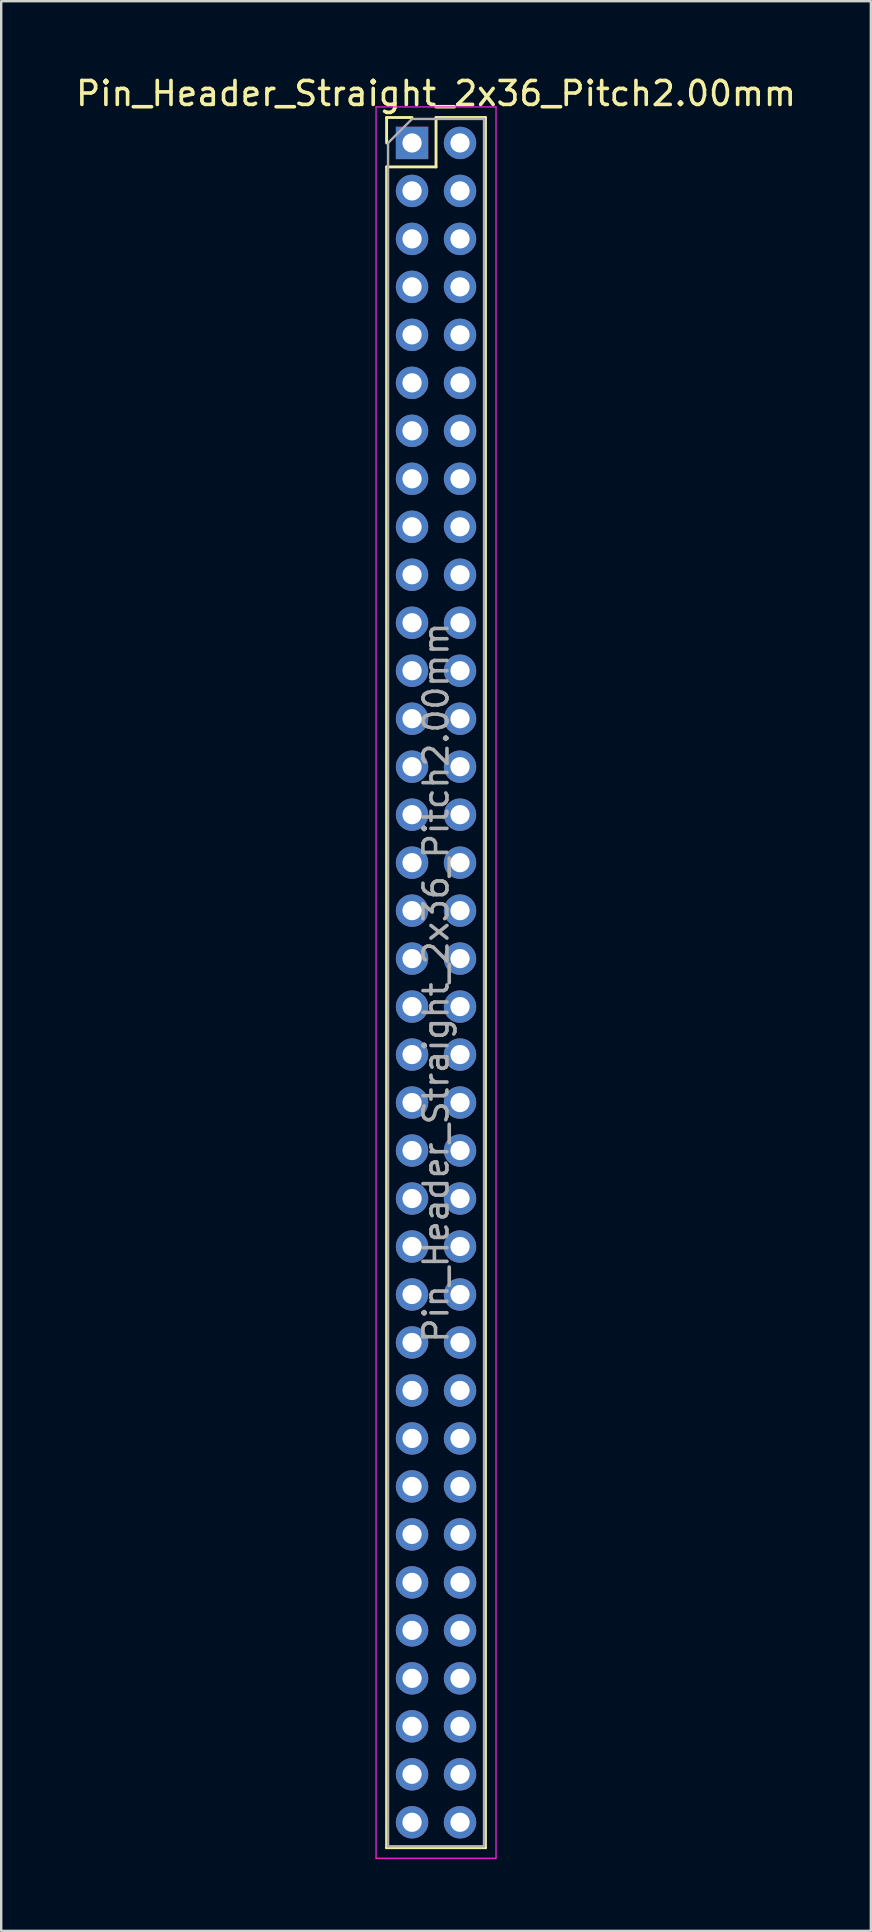
<source format=kicad_pcb>
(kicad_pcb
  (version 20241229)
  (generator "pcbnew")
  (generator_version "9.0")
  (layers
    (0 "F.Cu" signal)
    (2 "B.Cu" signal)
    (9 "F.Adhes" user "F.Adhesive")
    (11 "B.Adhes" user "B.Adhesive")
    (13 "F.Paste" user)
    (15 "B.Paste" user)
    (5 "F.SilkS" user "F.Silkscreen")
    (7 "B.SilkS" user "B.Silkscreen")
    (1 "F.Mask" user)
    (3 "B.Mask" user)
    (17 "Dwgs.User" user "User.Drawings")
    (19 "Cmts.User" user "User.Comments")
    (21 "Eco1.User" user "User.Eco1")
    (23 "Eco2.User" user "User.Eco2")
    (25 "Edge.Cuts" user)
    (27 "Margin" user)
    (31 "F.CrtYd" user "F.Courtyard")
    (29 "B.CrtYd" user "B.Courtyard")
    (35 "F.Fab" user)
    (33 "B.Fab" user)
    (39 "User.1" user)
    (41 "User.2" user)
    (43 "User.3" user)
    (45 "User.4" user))
  (footprint "Pin_Header_Straight_2x36_Pitch2.00mm"
    (layer "F.Cu")
    (at 14.125 2.908)
    (property "Reference" "Pin_Header_Straight_2x36_Pitch2.00mm" (at 1 -2.06 0) (layer "F.SilkS") (effects (font (size 1 1) (thickness 0.15))))
    (attr through_hole)
    (fp_line (start -1.06 -1.06) (end 0 -1.06) (stroke (width 0.12) (type solid)) (layer "F.SilkS"))
    (fp_line (start -1.06 0) (end -1.06 -1.06) (stroke (width 0.12) (type solid)) (layer "F.SilkS"))
    (fp_line (start -1.06 1) (end -1.06 71.06) (stroke (width 0.12) (type solid)) (layer "F.SilkS"))
    (fp_line (start -1.06 1) (end 1 1) (stroke (width 0.12) (type solid)) (layer "F.SilkS"))
    (fp_line (start -1.06 71.06) (end 3.06 71.06) (stroke (width 0.12) (type solid)) (layer "F.SilkS"))
    (fp_line (start 1 -1.06) (end 3.06 -1.06) (stroke (width 0.12) (type solid)) (layer "F.SilkS"))
    (fp_line (start 1 1) (end 1 -1.06) (stroke (width 0.12) (type solid)) (layer "F.SilkS"))
    (fp_line (start 3.06 -1.06) (end 3.06 71.06) (stroke (width 0.12) (type solid)) (layer "F.SilkS"))
    (fp_line (start -1.5 -1.5) (end -1.5 71.5) (stroke (width 0.05) (type solid)) (layer "F.CrtYd"))
    (fp_line (start -1.5 71.5) (end 3.5 71.5) (stroke (width 0.05) (type solid)) (layer "F.CrtYd"))
    (fp_line (start 3.5 -1.5) (end -1.5 -1.5) (stroke (width 0.05) (type solid)) (layer "F.CrtYd"))
    (fp_line (start 3.5 71.5) (end 3.5 -1.5) (stroke (width 0.05) (type solid)) (layer "F.CrtYd"))
    (fp_line (start -1 0) (end 0 -1) (stroke (width 0.1) (type solid)) (layer "F.Fab"))
    (fp_line (start -1 71) (end -1 0) (stroke (width 0.1) (type solid)) (layer "F.Fab"))
    (fp_line (start 0 -1) (end 3 -1) (stroke (width 0.1) (type solid)) (layer "F.Fab"))
    (fp_line (start 3 -1) (end 3 71) (stroke (width 0.1) (type solid)) (layer "F.Fab"))
    (fp_line (start 3 71) (end -1 71) (stroke (width 0.1) (type solid)) (layer "F.Fab"))
    (fp_text user "${REFERENCE}" (at 1 35 90) (layer "F.Fab") (effects (font (size 1 1) (thickness 0.15))))
    (pad "1" thru_hole rect (at 0 0) (size 1.35 1.35) (drill 0.8) (layers "*.Cu" "*.Mask"))
    (pad "2" thru_hole oval (at 2 0) (size 1.35 1.35) (drill 0.8) (layers "*.Cu" "*.Mask"))
    (pad "3" thru_hole oval (at 0 2) (size 1.35 1.35) (drill 0.8) (layers "*.Cu" "*.Mask"))
    (pad "4" thru_hole oval (at 2 2) (size 1.35 1.35) (drill 0.8) (layers "*.Cu" "*.Mask"))
    (pad "5" thru_hole oval (at 0 4) (size 1.35 1.35) (drill 0.8) (layers "*.Cu" "*.Mask"))
    (pad "6" thru_hole oval (at 2 4) (size 1.35 1.35) (drill 0.8) (layers "*.Cu" "*.Mask"))
    (pad "7" thru_hole oval (at 0 6) (size 1.35 1.35) (drill 0.8) (layers "*.Cu" "*.Mask"))
    (pad "8" thru_hole oval (at 2 6) (size 1.35 1.35) (drill 0.8) (layers "*.Cu" "*.Mask"))
    (pad "9" thru_hole oval (at 0 8) (size 1.35 1.35) (drill 0.8) (layers "*.Cu" "*.Mask"))
    (pad "10" thru_hole oval (at 2 8) (size 1.35 1.35) (drill 0.8) (layers "*.Cu" "*.Mask"))
    (pad "11" thru_hole oval (at 0 10) (size 1.35 1.35) (drill 0.8) (layers "*.Cu" "*.Mask"))
    (pad "12" thru_hole oval (at 2 10) (size 1.35 1.35) (drill 0.8) (layers "*.Cu" "*.Mask"))
    (pad "13" thru_hole oval (at 0 12) (size 1.35 1.35) (drill 0.8) (layers "*.Cu" "*.Mask"))
    (pad "14" thru_hole oval (at 2 12) (size 1.35 1.35) (drill 0.8) (layers "*.Cu" "*.Mask"))
    (pad "15" thru_hole oval (at 0 14) (size 1.35 1.35) (drill 0.8) (layers "*.Cu" "*.Mask"))
    (pad "16" thru_hole oval (at 2 14) (size 1.35 1.35) (drill 0.8) (layers "*.Cu" "*.Mask"))
    (pad "17" thru_hole oval (at 0 16) (size 1.35 1.35) (drill 0.8) (layers "*.Cu" "*.Mask"))
    (pad "18" thru_hole oval (at 2 16) (size 1.35 1.35) (drill 0.8) (layers "*.Cu" "*.Mask"))
    (pad "19" thru_hole oval (at 0 18) (size 1.35 1.35) (drill 0.8) (layers "*.Cu" "*.Mask"))
    (pad "20" thru_hole oval (at 2 18) (size 1.35 1.35) (drill 0.8) (layers "*.Cu" "*.Mask"))
    (pad "21" thru_hole oval (at 0 20) (size 1.35 1.35) (drill 0.8) (layers "*.Cu" "*.Mask"))
    (pad "22" thru_hole oval (at 2 20) (size 1.35 1.35) (drill 0.8) (layers "*.Cu" "*.Mask"))
    (pad "23" thru_hole oval (at 0 22) (size 1.35 1.35) (drill 0.8) (layers "*.Cu" "*.Mask"))
    (pad "24" thru_hole oval (at 2 22) (size 1.35 1.35) (drill 0.8) (layers "*.Cu" "*.Mask"))
    (pad "25" thru_hole oval (at 0 24) (size 1.35 1.35) (drill 0.8) (layers "*.Cu" "*.Mask"))
    (pad "26" thru_hole oval (at 2 24) (size 1.35 1.35) (drill 0.8) (layers "*.Cu" "*.Mask"))
    (pad "27" thru_hole oval (at 0 26) (size 1.35 1.35) (drill 0.8) (layers "*.Cu" "*.Mask"))
    (pad "28" thru_hole oval (at 2 26) (size 1.35 1.35) (drill 0.8) (layers "*.Cu" "*.Mask"))
    (pad "29" thru_hole oval (at 0 28) (size 1.35 1.35) (drill 0.8) (layers "*.Cu" "*.Mask"))
    (pad "30" thru_hole oval (at 2 28) (size 1.35 1.35) (drill 0.8) (layers "*.Cu" "*.Mask"))
    (pad "31" thru_hole oval (at 0 30) (size 1.35 1.35) (drill 0.8) (layers "*.Cu" "*.Mask"))
    (pad "32" thru_hole oval (at 2 30) (size 1.35 1.35) (drill 0.8) (layers "*.Cu" "*.Mask"))
    (pad "33" thru_hole oval (at 0 32) (size 1.35 1.35) (drill 0.8) (layers "*.Cu" "*.Mask"))
    (pad "34" thru_hole oval (at 2 32) (size 1.35 1.35) (drill 0.8) (layers "*.Cu" "*.Mask"))
    (pad "35" thru_hole oval (at 0 34) (size 1.35 1.35) (drill 0.8) (layers "*.Cu" "*.Mask"))
    (pad "36" thru_hole oval (at 2 34) (size 1.35 1.35) (drill 0.8) (layers "*.Cu" "*.Mask"))
    (pad "37" thru_hole oval (at 0 36) (size 1.35 1.35) (drill 0.8) (layers "*.Cu" "*.Mask"))
    (pad "38" thru_hole oval (at 2 36) (size 1.35 1.35) (drill 0.8) (layers "*.Cu" "*.Mask"))
    (pad "39" thru_hole oval (at 0 38) (size 1.35 1.35) (drill 0.8) (layers "*.Cu" "*.Mask"))
    (pad "40" thru_hole oval (at 2 38) (size 1.35 1.35) (drill 0.8) (layers "*.Cu" "*.Mask"))
    (pad "41" thru_hole oval (at 0 40) (size 1.35 1.35) (drill 0.8) (layers "*.Cu" "*.Mask"))
    (pad "42" thru_hole oval (at 2 40) (size 1.35 1.35) (drill 0.8) (layers "*.Cu" "*.Mask"))
    (pad "43" thru_hole oval (at 0 42) (size 1.35 1.35) (drill 0.8) (layers "*.Cu" "*.Mask"))
    (pad "44" thru_hole oval (at 2 42) (size 1.35 1.35) (drill 0.8) (layers "*.Cu" "*.Mask"))
    (pad "45" thru_hole oval (at 0 44) (size 1.35 1.35) (drill 0.8) (layers "*.Cu" "*.Mask"))
    (pad "46" thru_hole oval (at 2 44) (size 1.35 1.35) (drill 0.8) (layers "*.Cu" "*.Mask"))
    (pad "47" thru_hole oval (at 0 46) (size 1.35 1.35) (drill 0.8) (layers "*.Cu" "*.Mask"))
    (pad "48" thru_hole oval (at 2 46) (size 1.35 1.35) (drill 0.8) (layers "*.Cu" "*.Mask"))
    (pad "49" thru_hole oval (at 0 48) (size 1.35 1.35) (drill 0.8) (layers "*.Cu" "*.Mask"))
    (pad "50" thru_hole oval (at 2 48) (size 1.35 1.35) (drill 0.8) (layers "*.Cu" "*.Mask"))
    (pad "51" thru_hole oval (at 0 50) (size 1.35 1.35) (drill 0.8) (layers "*.Cu" "*.Mask"))
    (pad "52" thru_hole oval (at 2 50) (size 1.35 1.35) (drill 0.8) (layers "*.Cu" "*.Mask"))
    (pad "53" thru_hole oval (at 0 52) (size 1.35 1.35) (drill 0.8) (layers "*.Cu" "*.Mask"))
    (pad "54" thru_hole oval (at 2 52) (size 1.35 1.35) (drill 0.8) (layers "*.Cu" "*.Mask"))
    (pad "55" thru_hole oval (at 0 54) (size 1.35 1.35) (drill 0.8) (layers "*.Cu" "*.Mask"))
    (pad "56" thru_hole oval (at 2 54) (size 1.35 1.35) (drill 0.8) (layers "*.Cu" "*.Mask"))
    (pad "57" thru_hole oval (at 0 56) (size 1.35 1.35) (drill 0.8) (layers "*.Cu" "*.Mask"))
    (pad "58" thru_hole oval (at 2 56) (size 1.35 1.35) (drill 0.8) (layers "*.Cu" "*.Mask"))
    (pad "59" thru_hole oval (at 0 58) (size 1.35 1.35) (drill 0.8) (layers "*.Cu" "*.Mask"))
    (pad "60" thru_hole oval (at 2 58) (size 1.35 1.35) (drill 0.8) (layers "*.Cu" "*.Mask"))
    (pad "61" thru_hole oval (at 0 60) (size 1.35 1.35) (drill 0.8) (layers "*.Cu" "*.Mask"))
    (pad "62" thru_hole oval (at 2 60) (size 1.35 1.35) (drill 0.8) (layers "*.Cu" "*.Mask"))
    (pad "63" thru_hole oval (at 0 62) (size 1.35 1.35) (drill 0.8) (layers "*.Cu" "*.Mask"))
    (pad "64" thru_hole oval (at 2 62) (size 1.35 1.35) (drill 0.8) (layers "*.Cu" "*.Mask"))
    (pad "65" thru_hole oval (at 0 64) (size 1.35 1.35) (drill 0.8) (layers "*.Cu" "*.Mask"))
    (pad "66" thru_hole oval (at 2 64) (size 1.35 1.35) (drill 0.8) (layers "*.Cu" "*.Mask"))
    (pad "67" thru_hole oval (at 0 66) (size 1.35 1.35) (drill 0.8) (layers "*.Cu" "*.Mask"))
    (pad "68" thru_hole oval (at 2 66) (size 1.35 1.35) (drill 0.8) (layers "*.Cu" "*.Mask"))
    (pad "69" thru_hole oval (at 0 68) (size 1.35 1.35) (drill 0.8) (layers "*.Cu" "*.Mask"))
    (pad "70" thru_hole oval (at 2 68) (size 1.35 1.35) (drill 0.8) (layers "*.Cu" "*.Mask"))
    (pad "71" thru_hole oval (at 0 70) (size 1.35 1.35) (drill 0.8) (layers "*.Cu" "*.Mask"))
    (pad "72" thru_hole oval (at 2 70) (size 1.35 1.35) (drill 0.8) (layers "*.Cu" "*.Mask")))
  (gr_rect
    (start -3 -3)
    (end 33.25 77.433)
    (stroke (width 0.1) (type default))
    (fill no)
    (layer "Edge.Cuts")))
</source>
